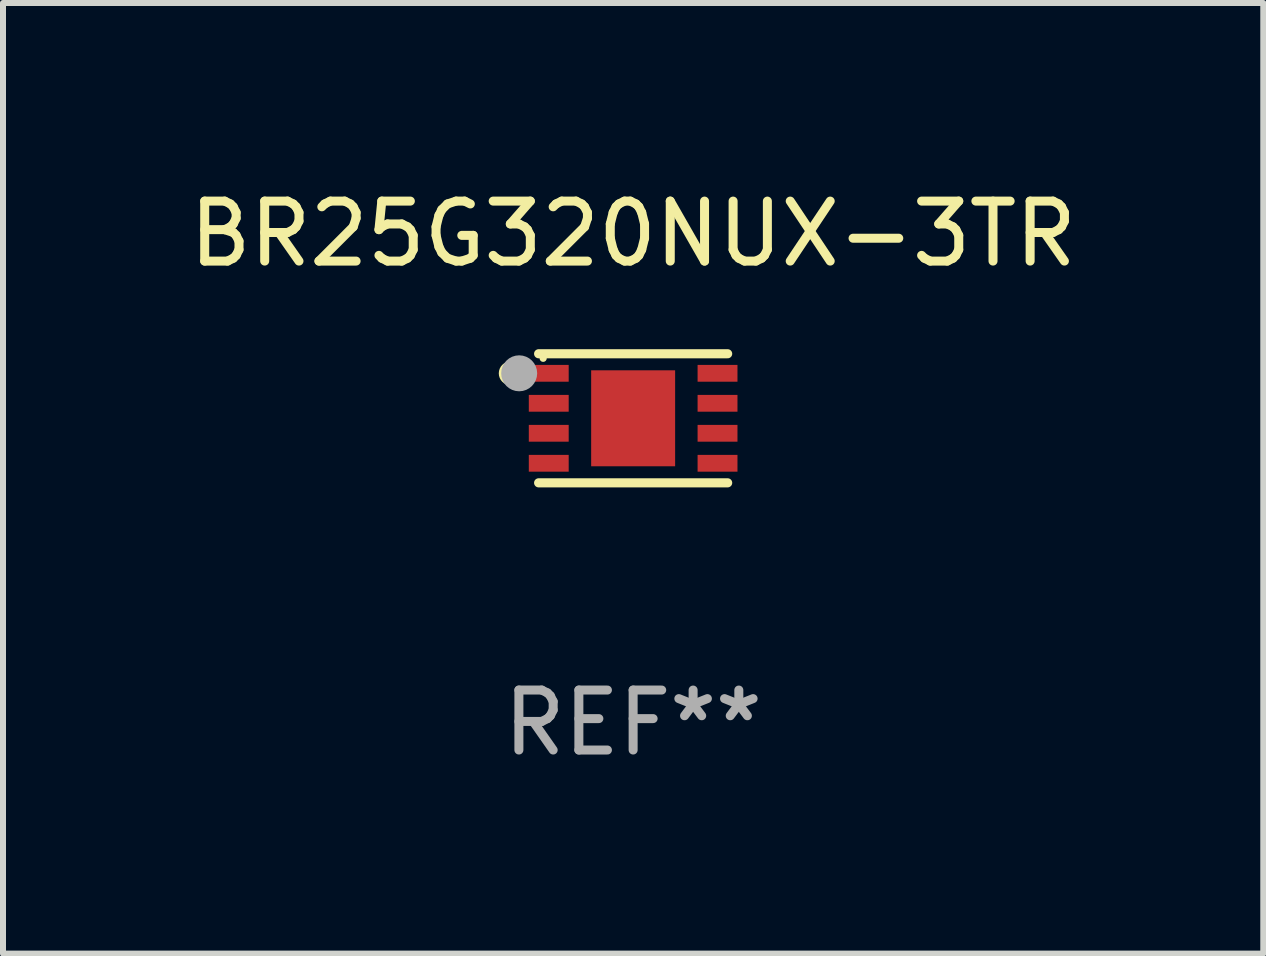
<source format=kicad_pcb>
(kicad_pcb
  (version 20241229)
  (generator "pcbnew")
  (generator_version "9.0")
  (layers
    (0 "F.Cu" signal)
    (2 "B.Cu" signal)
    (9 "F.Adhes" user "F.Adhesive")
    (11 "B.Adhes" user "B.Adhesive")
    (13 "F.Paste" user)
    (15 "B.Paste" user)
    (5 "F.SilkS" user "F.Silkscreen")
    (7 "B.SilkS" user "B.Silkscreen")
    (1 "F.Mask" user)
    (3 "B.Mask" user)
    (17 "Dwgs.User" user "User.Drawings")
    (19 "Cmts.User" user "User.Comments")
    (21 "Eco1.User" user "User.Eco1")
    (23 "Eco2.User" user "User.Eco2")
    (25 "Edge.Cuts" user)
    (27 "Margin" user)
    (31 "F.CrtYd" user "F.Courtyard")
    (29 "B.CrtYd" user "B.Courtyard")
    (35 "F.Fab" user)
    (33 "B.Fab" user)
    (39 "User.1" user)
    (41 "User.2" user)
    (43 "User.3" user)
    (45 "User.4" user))
  (footprint "BR25G320NUX-3TR"
    (layer "F.Cu")
    (at 7.506 3.924)
    (property "Reference" "BR25G320NUX-3TR" (at 0 -3.076 0) (layer "F.SilkS") (effects (font (size 1 1) (thickness 0.15))))
    (attr through_hole)
    (fp_line (start -1.576 -1.076) (end 1.576 -1.076) (stroke (width 0.152) (type solid)) (layer "F.SilkS"))
    (fp_line (start 1.576 1.076) (end -1.576 1.076) (stroke (width 0.152) (type solid)) (layer "F.SilkS"))
    (fp_circle (center -2.04 -0.75) (end -1.94 -0.75) (stroke (width 0.2) (type solid)) (fill no) (layer "F.SilkS"))
    (fp_circle (center -1.5 -1) (end -1.47 -1) (stroke (width 0.06) (type solid)) (fill no) (layer "F.SilkS"))
    (fp_circle (center -1.9 -0.75) (end -1.75 -0.75) (stroke (width 0.3) (type solid)) (fill no) (layer "F.Fab"))
    (fp_text user "REF**" (at 0 5.076 0) (layer "F.Fab") (effects (font (size 1 1) (thickness 0.15))))
    (pad "1" smd rect (at -1.407 -0.75 270) (size 0.28 0.665) (layers "F.Cu" "F.Mask" "F.Paste"))
    (pad "2" smd rect (at -1.407 -0.25 270) (size 0.28 0.665) (layers "F.Cu" "F.Mask" "F.Paste"))
    (pad "3" smd rect (at -1.407 0.25 270) (size 0.28 0.665) (layers "F.Cu" "F.Mask" "F.Paste"))
    (pad "4" smd rect (at -1.407 0.75 270) (size 0.28 0.665) (layers "F.Cu" "F.Mask" "F.Paste"))
    (pad "5" smd rect (at 1.407 0.75 270) (size 0.28 0.665) (layers "F.Cu" "F.Mask" "F.Paste"))
    (pad "6" smd rect (at 1.407 0.25 270) (size 0.28 0.665) (layers "F.Cu" "F.Mask" "F.Paste"))
    (pad "7" smd rect (at 1.407 -0.25 270) (size 0.28 0.665) (layers "F.Cu" "F.Mask" "F.Paste"))
    (pad "8" smd rect (at 1.407 -0.75 270) (size 0.28 0.665) (layers "F.Cu" "F.Mask" "F.Paste"))
    (pad "9" smd rect (at 0 0 270) (size 1.6 1.4) (layers "F.Cu" "F.Mask" "F.Paste")))
  (gr_rect
    (start -3 -3)
    (end 18.012 12.849)
    (stroke (width 0.1) (type default))
    (fill no)
    (layer "Edge.Cuts")))
</source>
